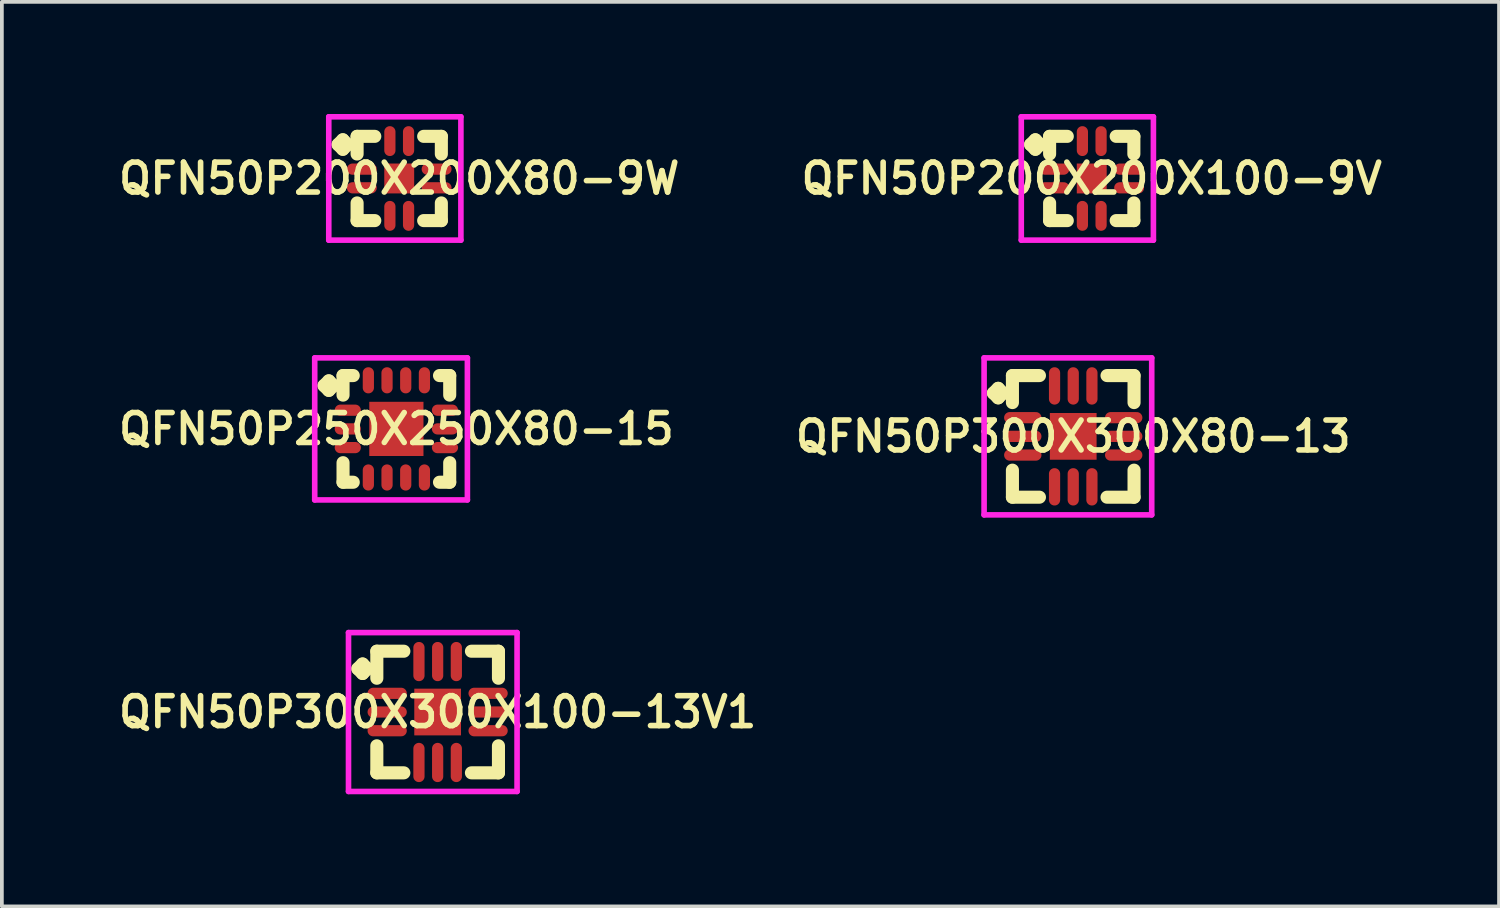
<source format=kicad_pcb>
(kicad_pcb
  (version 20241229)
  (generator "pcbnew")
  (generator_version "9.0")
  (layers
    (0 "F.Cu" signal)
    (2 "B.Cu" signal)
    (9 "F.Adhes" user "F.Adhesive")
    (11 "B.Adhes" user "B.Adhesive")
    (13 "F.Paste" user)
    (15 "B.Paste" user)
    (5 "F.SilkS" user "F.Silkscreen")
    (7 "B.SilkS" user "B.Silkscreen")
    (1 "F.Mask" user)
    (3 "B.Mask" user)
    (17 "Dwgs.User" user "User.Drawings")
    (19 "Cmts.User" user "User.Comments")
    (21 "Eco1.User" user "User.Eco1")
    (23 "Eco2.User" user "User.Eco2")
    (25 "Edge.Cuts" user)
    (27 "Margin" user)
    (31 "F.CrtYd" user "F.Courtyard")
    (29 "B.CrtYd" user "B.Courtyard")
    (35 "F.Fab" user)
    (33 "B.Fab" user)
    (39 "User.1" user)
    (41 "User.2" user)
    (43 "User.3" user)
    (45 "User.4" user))
  (footprint "QFN50P300X300X80-13"
    (layer "F.Cu")
    (at 25.664 8.625)
    (property "Reference" "QFN50P300X300X80-13" (at 0 0 0) (layer "F.SilkS") (effects (font (size 0.8 0.8) (thickness 0.15))))
    (attr smd)
    (fp_line (start -2.135 -1.158) (end -2.008 -1.285) (stroke (width 0.35) (type solid)) (layer "F.SilkS"))
    (fp_line (start -2.008 -1.285) (end -1.881 -1.158) (stroke (width 0.35) (type solid)) (layer "F.SilkS"))
    (fp_line (start -2.008 -1.031) (end -2.135 -1.158) (stroke (width 0.35) (type solid)) (layer "F.SilkS"))
    (fp_line (start -1.881 -1.158) (end -2.008 -1.031) (stroke (width 0.35) (type solid)) (layer "F.SilkS"))
    (fp_line (start -1.627 -1.627) (end -0.904 -1.627) (stroke (width 0.35) (type solid)) (layer "F.SilkS"))
    (fp_line (start -1.627 -0.904) (end -1.627 -1.627) (stroke (width 0.35) (type solid)) (layer "F.SilkS"))
    (fp_line (start -1.627 0.904) (end -1.627 1.627) (stroke (width 0.35) (type solid)) (layer "F.SilkS"))
    (fp_line (start -1.627 1.627) (end -0.904 1.627) (stroke (width 0.35) (type solid)) (layer "F.SilkS"))
    (fp_line (start 0.904 -1.627) (end 1.627 -1.627) (stroke (width 0.35) (type solid)) (layer "F.SilkS"))
    (fp_line (start 0.904 1.627) (end 1.627 1.627) (stroke (width 0.35) (type solid)) (layer "F.SilkS"))
    (fp_line (start 1.627 -1.627) (end 1.627 -0.904) (stroke (width 0.35) (type solid)) (layer "F.SilkS"))
    (fp_line (start 1.627 1.627) (end 1.627 0.904) (stroke (width 0.35) (type solid)) (layer "F.SilkS"))
    (fp_line (start -2.385 -2.1) (end 2.1 -2.1) (stroke (width 0.15) (type solid)) (layer "F.CrtYd"))
    (fp_line (start -2.385 2.1) (end -2.385 -2.1) (stroke (width 0.15) (type solid)) (layer "F.CrtYd"))
    (fp_line (start 2.1 -2.1) (end 2.1 2.1) (stroke (width 0.15) (type solid)) (layer "F.CrtYd"))
    (fp_line (start 2.1 2.1) (end -2.385 2.1) (stroke (width 0.15) (type solid)) (layer "F.CrtYd"))
    (pad "1" smd oval (at -1.35 -0.5) (size 1 0.3) (layers "F.Cu" "F.Mask" "F.Paste"))
    (pad "2" smd oval (at -1.35 0) (size 1 0.3) (layers "F.Cu" "F.Mask" "F.Paste"))
    (pad "3" smd oval (at -1.35 0.5) (size 1 0.3) (layers "F.Cu" "F.Mask" "F.Paste"))
    (pad "4" smd oval (at -0.5 1.35) (size 0.3 1) (layers "F.Cu" "F.Mask" "F.Paste"))
    (pad "5" smd oval (at 0 1.35) (size 0.3 1) (layers "F.Cu" "F.Mask" "F.Paste"))
    (pad "6" smd oval (at 0.5 1.35) (size 0.3 1) (layers "F.Cu" "F.Mask" "F.Paste"))
    (pad "7" smd oval (at 1.35 0.5) (size 1 0.3) (layers "F.Cu" "F.Mask" "F.Paste"))
    (pad "8" smd oval (at 1.35 0) (size 1 0.3) (layers "F.Cu" "F.Mask" "F.Paste"))
    (pad "9" smd oval (at 1.35 -0.5) (size 1 0.3) (layers "F.Cu" "F.Mask" "F.Paste"))
    (pad "10" smd oval (at 0.5 -1.35) (size 0.3 1) (layers "F.Cu" "F.Mask" "F.Paste"))
    (pad "11" smd oval (at 0 -1.35) (size 0.3 1) (layers "F.Cu" "F.Mask" "F.Paste"))
    (pad "12" smd oval (at -0.5 -1.35) (size 0.3 1) (layers "F.Cu" "F.Mask" "F.Paste"))
    (pad "13" smd rect (at 0 0) (size 1.25 1.25) (layers "F.Cu" "F.Mask" "F.Paste")))
  (footprint "QFN50P200X200X80-9W"
    (layer "F.Cu")
    (at 7.631 1.725)
    (property "Reference" "QFN50P200X200X80-9W" (at 0 0 0) (layer "F.SilkS") (effects (font (size 0.8 0.8) (thickness 0.15))))
    (attr smd)
    (fp_line (start -1.635 -0.908) (end -1.508 -1.035) (stroke (width 0.35) (type solid)) (layer "F.SilkS"))
    (fp_line (start -1.508 -1.035) (end -1.381 -0.908) (stroke (width 0.35) (type solid)) (layer "F.SilkS"))
    (fp_line (start -1.508 -0.781) (end -1.635 -0.908) (stroke (width 0.35) (type solid)) (layer "F.SilkS"))
    (fp_line (start -1.381 -0.908) (end -1.508 -0.781) (stroke (width 0.35) (type solid)) (layer "F.SilkS"))
    (fp_line (start -1.127 -1.127) (end -0.654 -1.127) (stroke (width 0.35) (type solid)) (layer "F.SilkS"))
    (fp_line (start -1.127 -0.654) (end -1.127 -1.127) (stroke (width 0.35) (type solid)) (layer "F.SilkS"))
    (fp_line (start -1.127 0.654) (end -1.127 1.127) (stroke (width 0.35) (type solid)) (layer "F.SilkS"))
    (fp_line (start -1.127 1.127) (end -0.654 1.127) (stroke (width 0.35) (type solid)) (layer "F.SilkS"))
    (fp_line (start 0.654 -1.127) (end 1.127 -1.127) (stroke (width 0.35) (type solid)) (layer "F.SilkS"))
    (fp_line (start 0.654 1.127) (end 1.127 1.127) (stroke (width 0.35) (type solid)) (layer "F.SilkS"))
    (fp_line (start 1.127 -1.127) (end 1.127 -0.654) (stroke (width 0.35) (type solid)) (layer "F.SilkS"))
    (fp_line (start 1.127 1.127) (end 1.127 0.654) (stroke (width 0.35) (type solid)) (layer "F.SilkS"))
    (fp_line (start -1.885 -1.65) (end 1.65 -1.65) (stroke (width 0.15) (type solid)) (layer "F.CrtYd"))
    (fp_line (start -1.885 1.65) (end -1.885 -1.65) (stroke (width 0.15) (type solid)) (layer "F.CrtYd"))
    (fp_line (start 1.65 -1.65) (end 1.65 1.65) (stroke (width 0.15) (type solid)) (layer "F.CrtYd"))
    (fp_line (start 1.65 1.65) (end -1.885 1.65) (stroke (width 0.15) (type solid)) (layer "F.CrtYd"))
    (pad "1" smd oval (at -1 -0.25) (size 0.8 0.3) (layers "F.Cu" "F.Mask" "F.Paste"))
    (pad "2" smd oval (at -1 0.25) (size 0.8 0.3) (layers "F.Cu" "F.Mask" "F.Paste"))
    (pad "3" smd oval (at -0.25 1) (size 0.3 0.8) (layers "F.Cu" "F.Mask" "F.Paste"))
    (pad "4" smd oval (at 0.25 1) (size 0.3 0.8) (layers "F.Cu" "F.Mask" "F.Paste"))
    (pad "5" smd oval (at 1 0.25) (size 0.8 0.3) (layers "F.Cu" "F.Mask" "F.Paste"))
    (pad "6" smd oval (at 1 -0.25) (size 0.8 0.3) (layers "F.Cu" "F.Mask" "F.Paste"))
    (pad "7" smd oval (at 0.25 -1) (size 0.3 0.8) (layers "F.Cu" "F.Mask" "F.Paste"))
    (pad "8" smd oval (at -0.25 -1) (size 0.3 0.8) (layers "F.Cu" "F.Mask" "F.Paste"))
    (pad "9" smd rect (at 0 0) (size 0.8 0.8) (layers "F.Cu" "F.Mask" "F.Paste")))
  (footprint "QFN50P300X300X100-13V1"
    (layer "F.Cu")
    (at 8.659 16)
    (property "Reference" "QFN50P300X300X100-13V1" (at 0 0 0) (layer "F.SilkS") (effects (font (size 0.8 0.8) (thickness 0.15))))
    (attr smd)
    (fp_line (start -2.135 -1.158) (end -2.008 -1.285) (stroke (width 0.35) (type solid)) (layer "F.SilkS"))
    (fp_line (start -2.008 -1.285) (end -1.881 -1.158) (stroke (width 0.35) (type solid)) (layer "F.SilkS"))
    (fp_line (start -2.008 -1.031) (end -2.135 -1.158) (stroke (width 0.35) (type solid)) (layer "F.SilkS"))
    (fp_line (start -1.881 -1.158) (end -2.008 -1.031) (stroke (width 0.35) (type solid)) (layer "F.SilkS"))
    (fp_line (start -1.627 -1.627) (end -0.904 -1.627) (stroke (width 0.35) (type solid)) (layer "F.SilkS"))
    (fp_line (start -1.627 -0.904) (end -1.627 -1.627) (stroke (width 0.35) (type solid)) (layer "F.SilkS"))
    (fp_line (start -1.627 0.904) (end -1.627 1.627) (stroke (width 0.35) (type solid)) (layer "F.SilkS"))
    (fp_line (start -1.627 1.627) (end -0.904 1.627) (stroke (width 0.35) (type solid)) (layer "F.SilkS"))
    (fp_line (start 0.904 -1.627) (end 1.627 -1.627) (stroke (width 0.35) (type solid)) (layer "F.SilkS"))
    (fp_line (start 0.904 1.627) (end 1.627 1.627) (stroke (width 0.35) (type solid)) (layer "F.SilkS"))
    (fp_line (start 1.627 -1.627) (end 1.627 -0.904) (stroke (width 0.35) (type solid)) (layer "F.SilkS"))
    (fp_line (start 1.627 1.627) (end 1.627 0.904) (stroke (width 0.35) (type solid)) (layer "F.SilkS"))
    (fp_line (start -2.385 -2.125) (end 2.125 -2.125) (stroke (width 0.15) (type solid)) (layer "F.CrtYd"))
    (fp_line (start -2.385 2.125) (end -2.385 -2.125) (stroke (width 0.15) (type solid)) (layer "F.CrtYd"))
    (fp_line (start 2.125 -2.125) (end 2.125 2.125) (stroke (width 0.15) (type solid)) (layer "F.CrtYd"))
    (fp_line (start 2.125 2.125) (end -2.385 2.125) (stroke (width 0.15) (type solid)) (layer "F.CrtYd"))
    (pad "1" smd oval (at -1.35 -0.5) (size 1.05 0.3) (layers "F.Cu" "F.Mask" "F.Paste"))
    (pad "2" smd oval (at -1.35 0) (size 1.05 0.3) (layers "F.Cu" "F.Mask" "F.Paste"))
    (pad "3" smd oval (at -1.35 0.5) (size 1.05 0.3) (layers "F.Cu" "F.Mask" "F.Paste"))
    (pad "4" smd oval (at -0.5 1.35) (size 0.3 1.05) (layers "F.Cu" "F.Mask" "F.Paste"))
    (pad "5" smd oval (at 0 1.35) (size 0.3 1.05) (layers "F.Cu" "F.Mask" "F.Paste"))
    (pad "6" smd oval (at 0.5 1.35) (size 0.3 1.05) (layers "F.Cu" "F.Mask" "F.Paste"))
    (pad "7" smd oval (at 1.35 0.5) (size 1.05 0.3) (layers "F.Cu" "F.Mask" "F.Paste"))
    (pad "8" smd oval (at 1.35 0) (size 1.05 0.3) (layers "F.Cu" "F.Mask" "F.Paste"))
    (pad "9" smd oval (at 1.35 -0.5) (size 1.05 0.3) (layers "F.Cu" "F.Mask" "F.Paste"))
    (pad "10" smd oval (at 0.5 -1.35) (size 0.3 1.05) (layers "F.Cu" "F.Mask" "F.Paste"))
    (pad "11" smd oval (at 0 -1.35) (size 0.3 1.05) (layers "F.Cu" "F.Mask" "F.Paste"))
    (pad "12" smd oval (at -0.5 -1.35) (size 0.3 1.05) (layers "F.Cu" "F.Mask" "F.Paste"))
    (pad "13" smd rect (at 0 0) (size 1.25 1.25) (layers "F.Cu" "F.Mask" "F.Paste")))
  (footprint "QFN50P250X250X80-15"
    (layer "F.Cu")
    (at 7.555 8.425)
    (property "Reference" "QFN50P250X250X80-15" (at 0 0 0) (layer "F.SilkS") (effects (font (size 0.8 0.8) (thickness 0.15))))
    (attr smd)
    (fp_line (start -1.935 -1.158) (end -1.808 -1.285) (stroke (width 0.35) (type solid)) (layer "F.SilkS"))
    (fp_line (start -1.808 -1.285) (end -1.681 -1.158) (stroke (width 0.35) (type solid)) (layer "F.SilkS"))
    (fp_line (start -1.808 -1.031) (end -1.935 -1.158) (stroke (width 0.35) (type solid)) (layer "F.SilkS"))
    (fp_line (start -1.681 -1.158) (end -1.808 -1.031) (stroke (width 0.35) (type solid)) (layer "F.SilkS"))
    (fp_line (start -1.427 -1.427) (end -1.154 -1.427) (stroke (width 0.35) (type solid)) (layer "F.SilkS"))
    (fp_line (start -1.427 -0.904) (end -1.427 -1.427) (stroke (width 0.35) (type solid)) (layer "F.SilkS"))
    (fp_line (start -1.427 0.904) (end -1.427 1.427) (stroke (width 0.35) (type solid)) (layer "F.SilkS"))
    (fp_line (start -1.427 1.427) (end -1.154 1.427) (stroke (width 0.35) (type solid)) (layer "F.SilkS"))
    (fp_line (start 1.154 -1.427) (end 1.427 -1.427) (stroke (width 0.35) (type solid)) (layer "F.SilkS"))
    (fp_line (start 1.154 1.427) (end 1.427 1.427) (stroke (width 0.35) (type solid)) (layer "F.SilkS"))
    (fp_line (start 1.427 -1.427) (end 1.427 -0.904) (stroke (width 0.35) (type solid)) (layer "F.SilkS"))
    (fp_line (start 1.427 1.427) (end 1.427 0.904) (stroke (width 0.35) (type solid)) (layer "F.SilkS"))
    (fp_line (start -2.185 -1.9) (end 1.9 -1.9) (stroke (width 0.15) (type solid)) (layer "F.CrtYd"))
    (fp_line (start -2.185 1.9) (end -2.185 -1.9) (stroke (width 0.15) (type solid)) (layer "F.CrtYd"))
    (fp_line (start 1.9 -1.9) (end 1.9 1.9) (stroke (width 0.15) (type solid)) (layer "F.CrtYd"))
    (fp_line (start 1.9 1.9) (end -2.185 1.9) (stroke (width 0.15) (type solid)) (layer "F.CrtYd"))
    (pad "1" smd oval (at -1.3 -0.5) (size 0.7 0.3) (layers "F.Cu" "F.Mask" "F.Paste"))
    (pad "2" smd oval (at -1.3 0) (size 0.7 0.3) (layers "F.Cu" "F.Mask" "F.Paste"))
    (pad "3" smd oval (at -1.3 0.5) (size 0.7 0.3) (layers "F.Cu" "F.Mask" "F.Paste"))
    (pad "4" smd oval (at -0.75 1.3) (size 0.3 0.7) (layers "F.Cu" "F.Mask" "F.Paste"))
    (pad "5" smd oval (at -0.25 1.3) (size 0.3 0.7) (layers "F.Cu" "F.Mask" "F.Paste"))
    (pad "6" smd oval (at 0.25 1.3) (size 0.3 0.7) (layers "F.Cu" "F.Mask" "F.Paste"))
    (pad "7" smd oval (at 0.75 1.3) (size 0.3 0.7) (layers "F.Cu" "F.Mask" "F.Paste"))
    (pad "8" smd oval (at 1.3 0.5) (size 0.7 0.3) (layers "F.Cu" "F.Mask" "F.Paste"))
    (pad "9" smd oval (at 1.3 0) (size 0.7 0.3) (layers "F.Cu" "F.Mask" "F.Paste"))
    (pad "10" smd oval (at 1.3 -0.5) (size 0.7 0.3) (layers "F.Cu" "F.Mask" "F.Paste"))
    (pad "11" smd oval (at 0.75 -1.3) (size 0.3 0.7) (layers "F.Cu" "F.Mask" "F.Paste"))
    (pad "12" smd oval (at 0.25 -1.3) (size 0.3 0.7) (layers "F.Cu" "F.Mask" "F.Paste"))
    (pad "13" smd oval (at -0.25 -1.3) (size 0.3 0.7) (layers "F.Cu" "F.Mask" "F.Paste"))
    (pad "14" smd oval (at -0.75 -1.3) (size 0.3 0.7) (layers "F.Cu" "F.Mask" "F.Paste"))
    (pad "15" smd rect (at 0 0) (size 1.45 1.45) (layers "F.Cu" "F.Mask" "F.Paste")))
  (footprint "QFN50P200X200X100-9V"
    (layer "F.Cu")
    (at 26.159 1.725)
    (property "Reference" "QFN50P200X200X100-9V" (at 0 0 0) (layer "F.SilkS") (effects (font (size 0.8 0.8) (thickness 0.15))))
    (attr smd)
    (fp_line (start -1.635 -0.908) (end -1.508 -1.035) (stroke (width 0.35) (type solid)) (layer "F.SilkS"))
    (fp_line (start -1.508 -1.035) (end -1.381 -0.908) (stroke (width 0.35) (type solid)) (layer "F.SilkS"))
    (fp_line (start -1.508 -0.781) (end -1.635 -0.908) (stroke (width 0.35) (type solid)) (layer "F.SilkS"))
    (fp_line (start -1.381 -0.908) (end -1.508 -0.781) (stroke (width 0.35) (type solid)) (layer "F.SilkS"))
    (fp_line (start -1.127 -1.127) (end -0.654 -1.127) (stroke (width 0.35) (type solid)) (layer "F.SilkS"))
    (fp_line (start -1.127 -0.654) (end -1.127 -1.127) (stroke (width 0.35) (type solid)) (layer "F.SilkS"))
    (fp_line (start -1.127 0.654) (end -1.127 1.127) (stroke (width 0.35) (type solid)) (layer "F.SilkS"))
    (fp_line (start -1.127 1.127) (end -0.654 1.127) (stroke (width 0.35) (type solid)) (layer "F.SilkS"))
    (fp_line (start 0.654 -1.127) (end 1.127 -1.127) (stroke (width 0.35) (type solid)) (layer "F.SilkS"))
    (fp_line (start 0.654 1.127) (end 1.127 1.127) (stroke (width 0.35) (type solid)) (layer "F.SilkS"))
    (fp_line (start 1.127 -1.127) (end 1.127 -0.654) (stroke (width 0.35) (type solid)) (layer "F.SilkS"))
    (fp_line (start 1.127 1.127) (end 1.127 0.654) (stroke (width 0.35) (type solid)) (layer "F.SilkS"))
    (fp_line (start -1.885 -1.65) (end 1.65 -1.65) (stroke (width 0.15) (type solid)) (layer "F.CrtYd"))
    (fp_line (start -1.885 1.65) (end -1.885 -1.65) (stroke (width 0.15) (type solid)) (layer "F.CrtYd"))
    (fp_line (start 1.65 -1.65) (end 1.65 1.65) (stroke (width 0.15) (type solid)) (layer "F.CrtYd"))
    (fp_line (start 1.65 1.65) (end -1.885 1.65) (stroke (width 0.15) (type solid)) (layer "F.CrtYd"))
    (pad "1" smd oval (at -1 -0.25) (size 0.8 0.3) (layers "F.Cu" "F.Mask" "F.Paste"))
    (pad "2" smd oval (at -1 0.25) (size 0.8 0.3) (layers "F.Cu" "F.Mask" "F.Paste"))
    (pad "3" smd oval (at -0.25 1) (size 0.3 0.8) (layers "F.Cu" "F.Mask" "F.Paste"))
    (pad "4" smd oval (at 0.25 1) (size 0.3 0.8) (layers "F.Cu" "F.Mask" "F.Paste"))
    (pad "5" smd oval (at 1 0.25) (size 0.8 0.3) (layers "F.Cu" "F.Mask" "F.Paste"))
    (pad "6" smd oval (at 1 -0.25) (size 0.8 0.3) (layers "F.Cu" "F.Mask" "F.Paste"))
    (pad "7" smd oval (at 0.25 -1) (size 0.3 0.8) (layers "F.Cu" "F.Mask" "F.Paste"))
    (pad "8" smd oval (at -0.25 -1) (size 0.3 0.8) (layers "F.Cu" "F.Mask" "F.Paste"))
    (pad "9" smd rect (at 0 0) (size 0.8 0.8) (layers "F.Cu" "F.Mask" "F.Paste")))
  (gr_rect
    (start -3 -3)
    (end 37.056 21.2)
    (stroke (width 0.1) (type default))
    (fill no)
    (layer "Edge.Cuts")))
</source>
